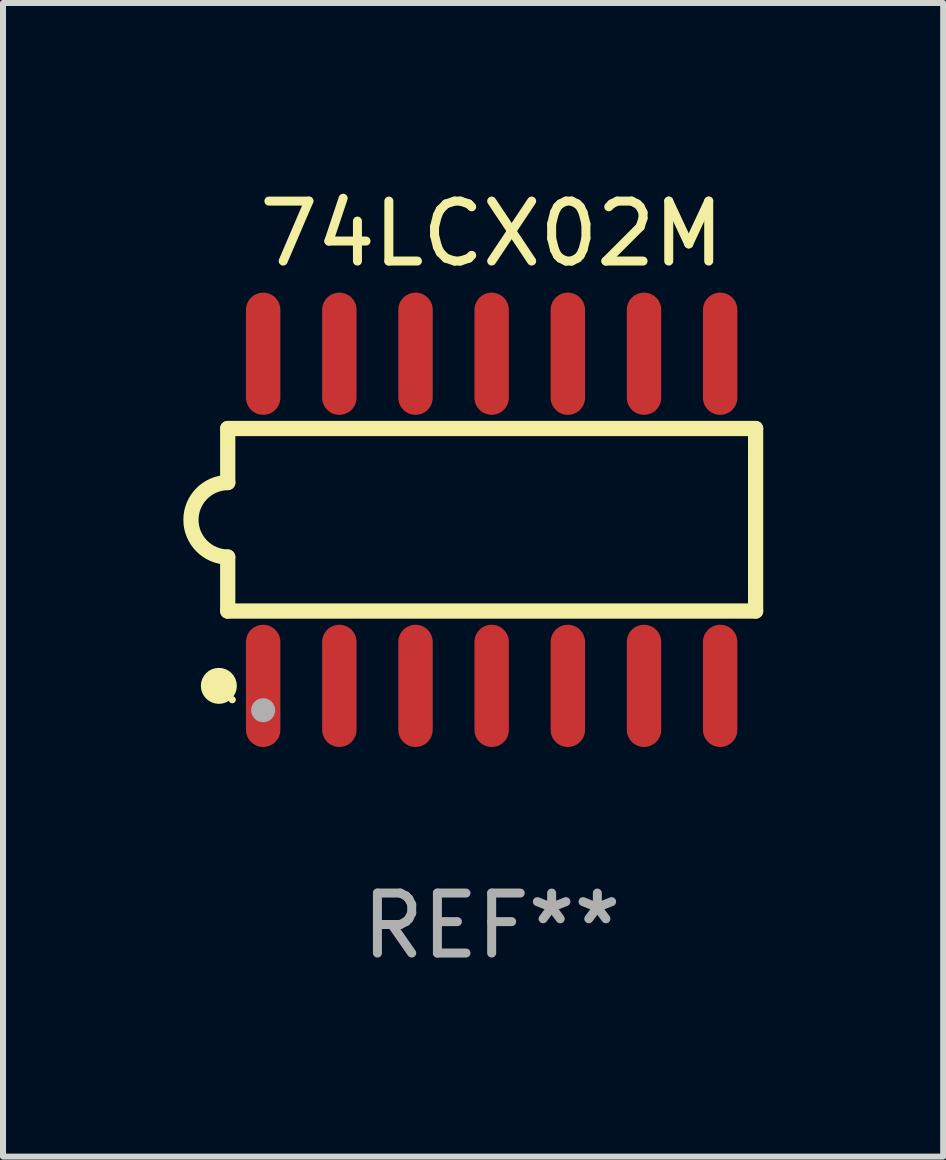
<source format=kicad_pcb>
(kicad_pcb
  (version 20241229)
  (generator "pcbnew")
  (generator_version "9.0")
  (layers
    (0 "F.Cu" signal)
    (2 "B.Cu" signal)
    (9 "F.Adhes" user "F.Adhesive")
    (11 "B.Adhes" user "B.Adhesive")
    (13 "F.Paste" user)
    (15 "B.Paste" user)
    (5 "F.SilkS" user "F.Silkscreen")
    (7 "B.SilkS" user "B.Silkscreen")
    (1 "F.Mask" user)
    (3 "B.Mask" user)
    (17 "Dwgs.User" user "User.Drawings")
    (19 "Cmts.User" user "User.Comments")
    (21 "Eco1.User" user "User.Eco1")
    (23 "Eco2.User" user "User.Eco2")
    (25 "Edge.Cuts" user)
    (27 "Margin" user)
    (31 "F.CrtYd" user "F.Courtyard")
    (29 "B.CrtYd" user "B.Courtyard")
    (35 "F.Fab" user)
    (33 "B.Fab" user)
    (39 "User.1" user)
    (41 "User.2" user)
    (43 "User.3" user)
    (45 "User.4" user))
  (footprint "74LCX02M"
    (layer "F.Cu")
    (at 5.148 5.617)
    (property "Reference" "74LCX02M" (at 0 -4.769 0) (layer "F.SilkS") (effects (font (size 1 1) (thickness 0.15))))
    (attr through_hole)
    (fp_line (start -4.401 -1.522) (end -4.401 -0.622) (stroke (width 0.254) (type solid)) (layer "F.SilkS"))
    (fp_line (start -4.401 -1.522) (end 4.401 -1.522) (stroke (width 0.254) (type solid)) (layer "F.SilkS"))
    (fp_line (start -4.401 1.521) (end -4.401 0.621) (stroke (width 0.254) (type solid)) (layer "F.SilkS"))
    (fp_line (start 4.401 -1.522) (end 4.401 1.521) (stroke (width 0.254) (type solid)) (layer "F.SilkS"))
    (fp_line (start 4.401 1.521) (end -4.401 1.521) (stroke (width 0.254) (type solid)) (layer "F.SilkS"))
    (fp_arc (start -4.401219 0.621311) (mid -5.021261 -0.000419) (end -4.400101 -0.621032) (stroke (width 0.254001) (type solid)) (layer "F.SilkS"))
    (fp_circle (center -4.549 2.769) (end -4.399 2.769) (stroke (width 0.3) (type solid)) (fill no) (layer "F.SilkS"))
    (fp_circle (center -4.325 3) (end -4.295 3) (stroke (width 0.06) (type solid)) (fill no) (layer "F.SilkS"))
    (fp_circle (center -3.81 3.175) (end -3.71 3.175) (stroke (width 0.2) (type solid)) (fill no) (layer "F.Fab"))
    (fp_text user "REF**" (at 0 6.769 0) (layer "F.Fab") (effects (font (size 1 1) (thickness 0.15))))
    (pad "1" smd oval (at -3.81 2.769) (size 0.574 2.038) (layers "F.Cu" "F.Mask" "F.Paste"))
    (pad "2" smd oval (at -2.54 2.769) (size 0.574 2.038) (layers "F.Cu" "F.Mask" "F.Paste"))
    (pad "3" smd oval (at -1.27 2.769) (size 0.574 2.038) (layers "F.Cu" "F.Mask" "F.Paste"))
    (pad "4" smd oval (at -0.000051 2.769) (size 0.574 2.038) (layers "F.Cu" "F.Mask" "F.Paste"))
    (pad "5" smd oval (at 1.27 2.769) (size 0.574 2.038) (layers "F.Cu" "F.Mask" "F.Paste"))
    (pad "6" smd oval (at 2.54 2.769) (size 0.574 2.038) (layers "F.Cu" "F.Mask" "F.Paste"))
    (pad "7" smd oval (at 3.81 2.769) (size 0.574 2.038) (layers "F.Cu" "F.Mask" "F.Paste"))
    (pad "8" smd oval (at 3.81 -2.769) (size 0.574 2.038) (layers "F.Cu" "F.Mask" "F.Paste"))
    (pad "9" smd oval (at 2.54 -2.769) (size 0.574 2.038) (layers "F.Cu" "F.Mask" "F.Paste"))
    (pad "10" smd oval (at 1.27 -2.769) (size 0.574 2.038) (layers "F.Cu" "F.Mask" "F.Paste"))
    (pad "11" smd oval (at -0.000051 -2.769) (size 0.574 2.038) (layers "F.Cu" "F.Mask" "F.Paste"))
    (pad "12" smd oval (at -1.27 -2.769) (size 0.574 2.038) (layers "F.Cu" "F.Mask" "F.Paste"))
    (pad "13" smd oval (at -2.54 -2.769) (size 0.574 2.038) (layers "F.Cu" "F.Mask" "F.Paste"))
    (pad "14" smd oval (at -3.81 -2.769) (size 0.574 2.038) (layers "F.Cu" "F.Mask" "F.Paste")))
  (gr_rect
    (start -3 -3)
    (end 12.676 16.235)
    (stroke (width 0.1) (type default))
    (fill no)
    (layer "Edge.Cuts")))
</source>
